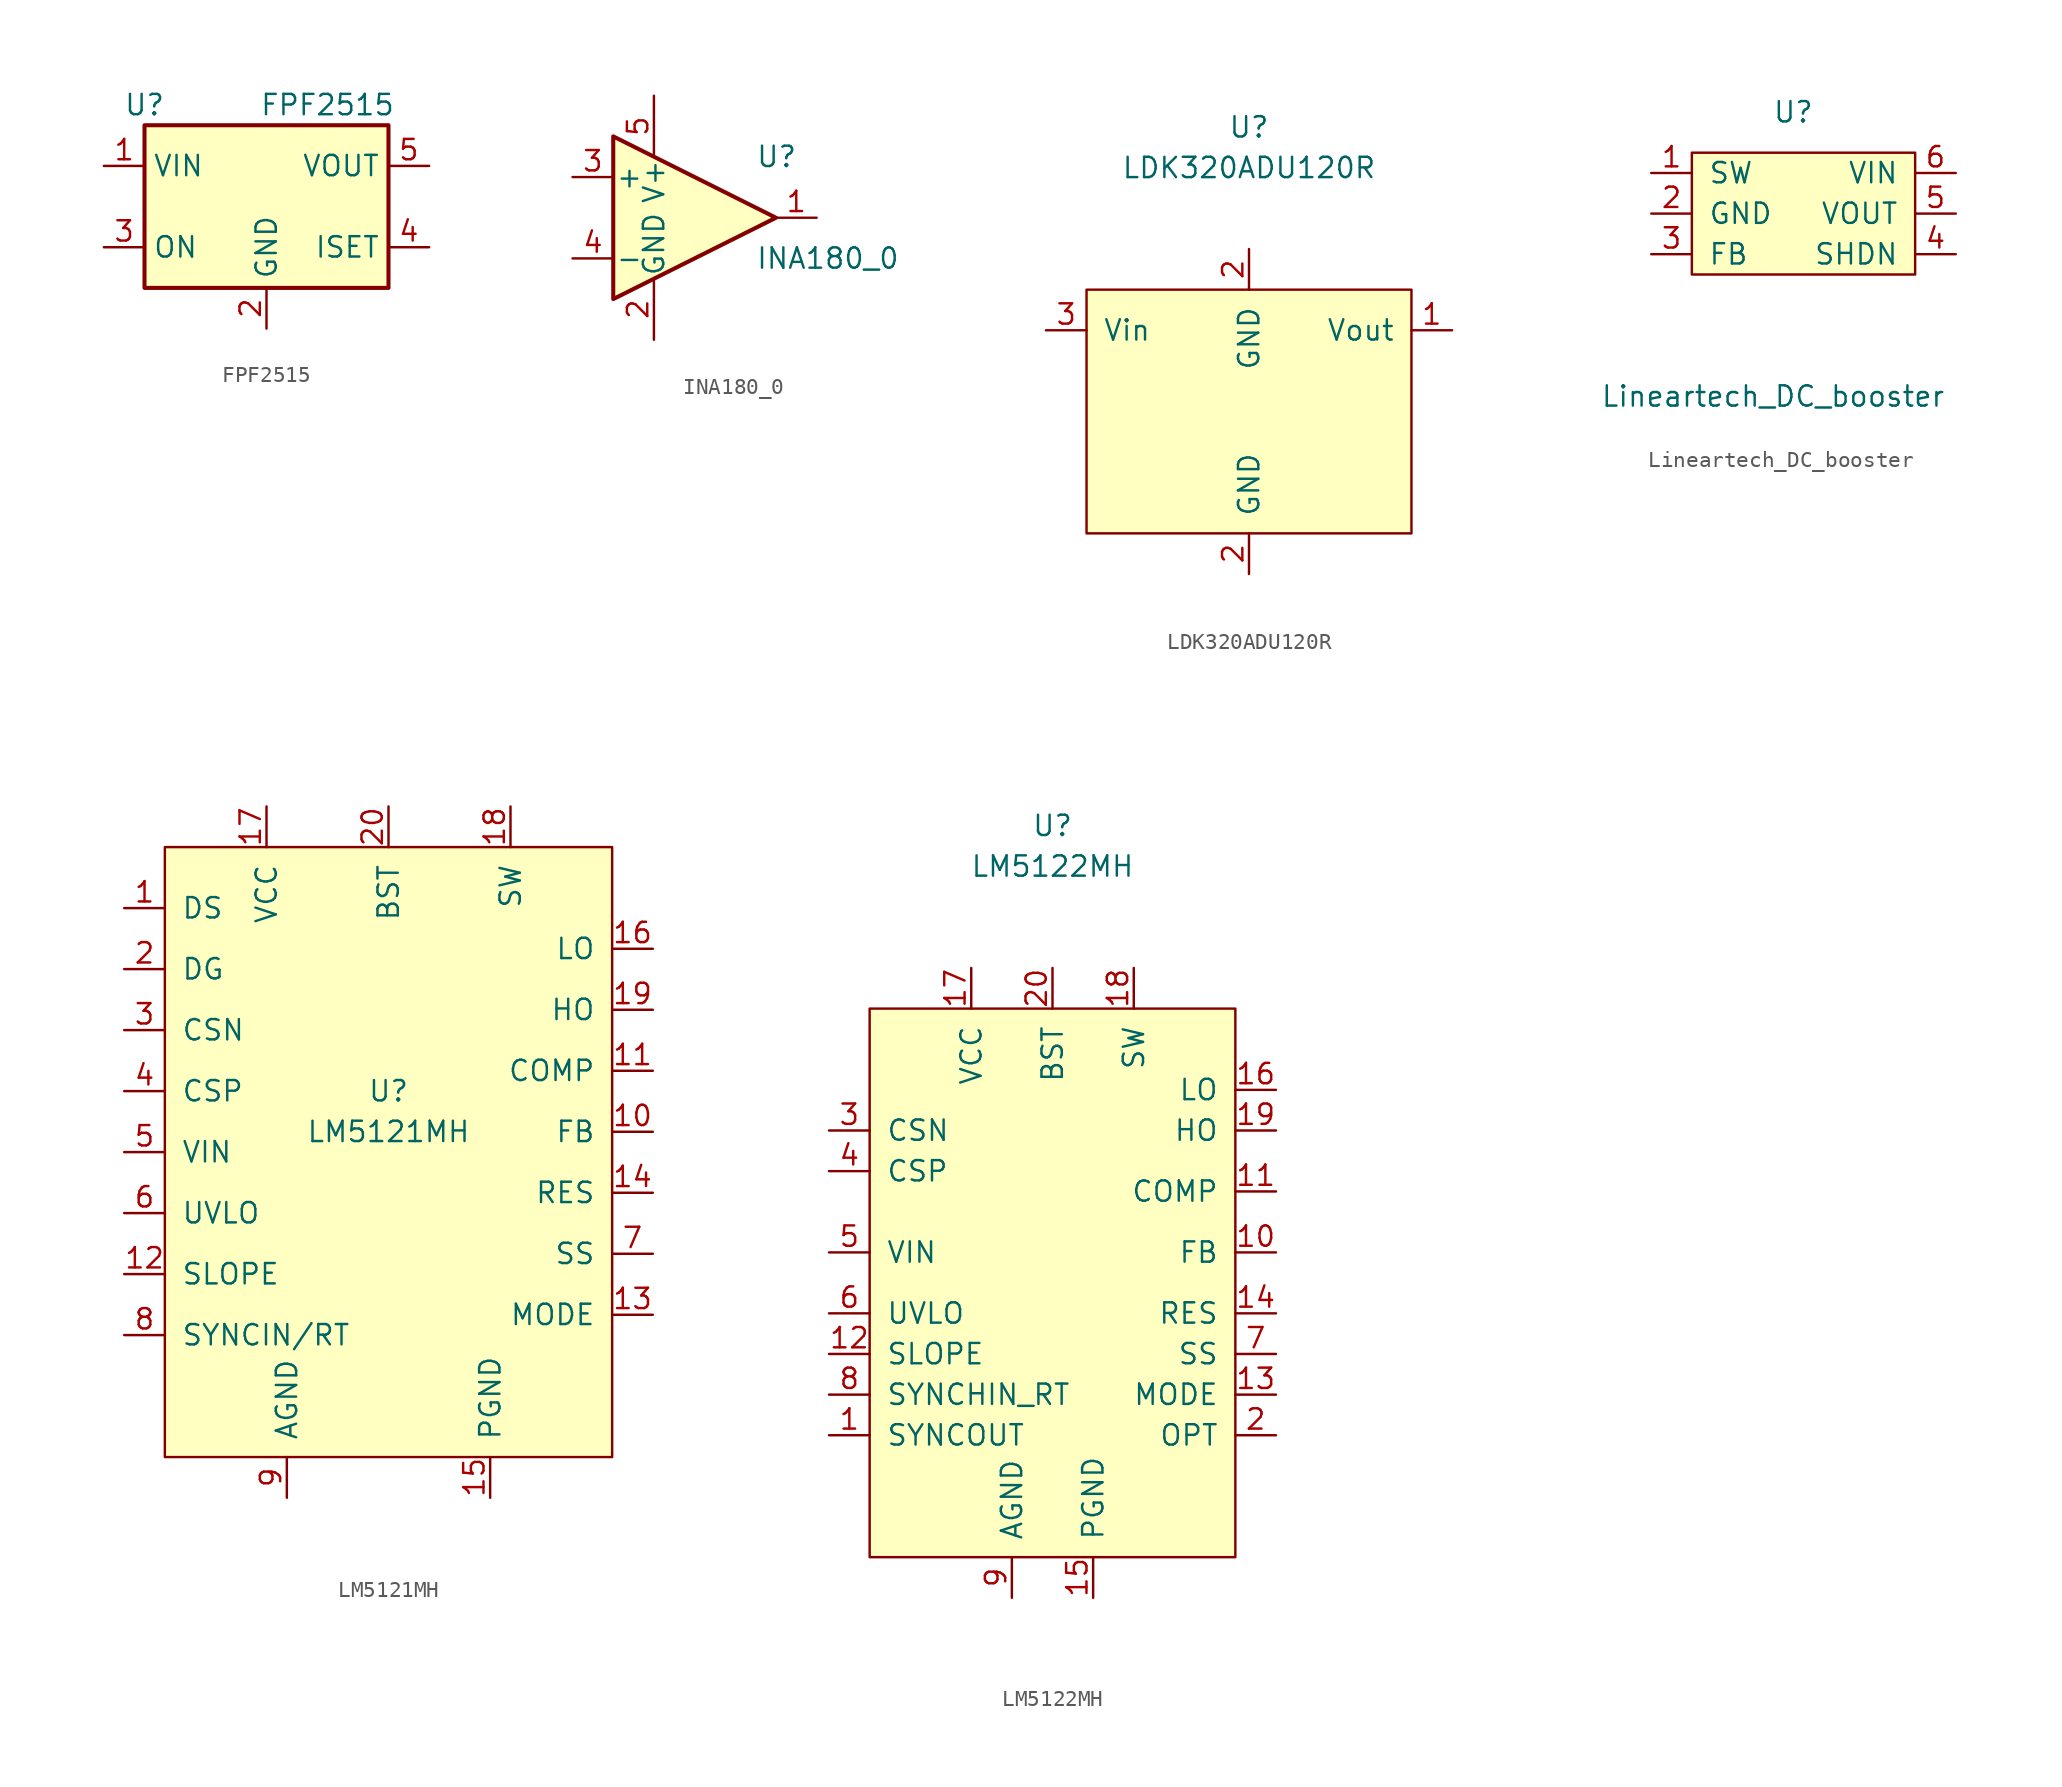
<source format=kicad_sym>
(kicad_symbol_lib
  (version 20211014)
  (generator kicad_symbol_editor)
  (symbol "FPF2515"
    (property "Reference" "U"
      (at -7.62 6.35 0)
      (effects (font (size 1.27 1.27))))
    (property "Value" "FPF2515"
      (at 3.81 6.35 0)
      (effects (font (size 1.27 1.27))))
    (symbol "FPF2515_0_1"
      (rectangle (start -7.62 5.08) (end 7.62 -5.08) (stroke (width 0.254) (type default) (color 0 0 0 0)) (fill (type background))))
    (symbol "FPF2515_1_1"
      (pin power_in line (at -10.16 2.54 0) (length 2.54) (name "VIN" (effects (font (size 1.27 1.27)))) (number "1" (effects (font (size 1.27 1.27)))))
      (pin power_in line (at 0 -7.62 90) (length 2.54) (name "GND" (effects (font (size 1.27 1.27)))) (number "2" (effects (font (size 1.27 1.27)))))
      (pin input line (at -10.16 -2.54 0) (length 2.54) (name "ON" (effects (font (size 1.27 1.27)))) (number "3" (effects (font (size 1.27 1.27)))))
      (pin open_collector line (at 10.16 -2.54 180) (length 2.54) (name "ISET" (effects (font (size 1.27 1.27)))) (number "4" (effects (font (size 1.27 1.27)))))
      (pin power_out line (at 10.16 2.54 180) (length 2.54) (name "VOUT" (effects (font (size 1.27 1.27)))) (number "5" (effects (font (size 1.27 1.27)))))))
  (symbol "INA180_0"
    (pin_names
      (offset 0.127))
    (property "Reference" "U"
      (at 3.81 3.81 0)
      (effects (font (size 1.27 1.27)) (justify left)))
    (property "Value" "INA180_0"
      (at 3.81 -2.54 0)
      (effects (font (size 1.27 1.27)) (justify left)))
    (symbol "INA180_0_0_1"
      (polyline (pts (xy 5.08 0) (xy -5.08 5.08) (xy -5.08 -5.08) (xy 5.08 0)) (stroke (width 0.254) (type default) (color 0 0 0 0)) (fill (type background))))
    (symbol "INA180_0_1_1"
      (pin output line (at 7.62 0 180) (length 2.54) (name "~" (effects (font (size 1.27 1.27)))) (number "1" (effects (font (size 1.27 1.27)))))
      (pin power_in line (at -2.54 -7.62 90) (length 3.81) (name "GND" (effects (font (size 1.27 1.27)))) (number "2" (effects (font (size 1.27 1.27)))))
      (pin input line (at -7.62 2.54 0) (length 2.54) (name "+" (effects (font (size 1.27 1.27)))) (number "3" (effects (font (size 1.27 1.27)))))
      (pin input line (at -7.62 -2.54 0) (length 2.54) (name "-" (effects (font (size 1.27 1.27)))) (number "4" (effects (font (size 1.27 1.27)))))
      (pin power_in line (at -2.54 7.62 270) (length 3.81) (name "V+" (effects (font (size 1.27 1.27)))) (number "5" (effects (font (size 1.27 1.27)))))))
  (symbol "LDK320ADU120R"
    (pin_names
      (offset 1.016))
    (property "Reference" "U"
      (at 0 20.32 0)
      (effects (font (size 1.27 1.27))))
    (property "Value" "LDK320ADU120R"
      (at 0 17.78 0)
      (effects (font (size 1.27 1.27))))
    (symbol "LDK320ADU120R_0_1"
      (rectangle (start -10.16 10.16) (end 10.16 -5.08) (stroke (width 0) (type default) (color 0 0 0 0)) (fill (type background))))
    (symbol "LDK320ADU120R_1_1"
      (pin input line (at 12.7 7.62 180) (length 2.54) (name "Vout" (effects (font (size 1.27 1.27)))) (number "1" (effects (font (size 1.27 1.27)))))
      (pin input line (at 0 -7.62 90) (length 2.54) (name "GND" (effects (font (size 1.27 1.27)))) (number "2" (effects (font (size 1.27 1.27)))))
      (pin input line (at 0 12.7 270) (length 2.54) (name "GND" (effects (font (size 1.27 1.27)))) (number "2" (effects (font (size 1.27 1.27)))))
      (pin input line (at -12.7 7.62 0) (length 2.54) (name "Vin" (effects (font (size 1.27 1.27)))) (number "3" (effects (font (size 1.27 1.27)))))))
  (symbol "Lineartech_DC_booster"
    (pin_names
      (offset 1.016))
    (property "Reference" "U"
      (at 0 11.43 0)
      (effects (font (size 1.27 1.27))))
    (property "Value" "Lineartech_DC_booster"
      (at -1.27 -6.35 0)
      (effects (font (size 1.27 1.27))))
    (symbol "Lineartech_DC_booster_0_1"
      (rectangle (start -6.35 8.89) (end 7.62 1.27) (stroke (width 0) (type default) (color 0 0 0 0)) (fill (type background))))
    (symbol "Lineartech_DC_booster_1_1"
      (pin input line (at -8.89 7.62 0) (length 2.54) (name "SW" (effects (font (size 1.27 1.27)))) (number "1" (effects (font (size 1.27 1.27)))))
      (pin input line (at -8.89 5.08 0) (length 2.54) (name "GND" (effects (font (size 1.27 1.27)))) (number "2" (effects (font (size 1.27 1.27)))))
      (pin input line (at -8.89 2.54 0) (length 2.54) (name "FB" (effects (font (size 1.27 1.27)))) (number "3" (effects (font (size 1.27 1.27)))))
      (pin input line (at 10.16 2.54 180) (length 2.54) (name "SHDN" (effects (font (size 1.27 1.27)))) (number "4" (effects (font (size 1.27 1.27)))))
      (pin input line (at 10.16 5.08 180) (length 2.54) (name "VOUT" (effects (font (size 1.27 1.27)))) (number "5" (effects (font (size 1.27 1.27)))))
      (pin input line (at 10.16 7.62 180) (length 2.54) (name "VIN" (effects (font (size 1.27 1.27)))) (number "6" (effects (font (size 1.27 1.27)))))))
  (symbol "LM5121MH"
    (pin_names
      (offset 1.016))
    (property "Reference" "U"
      (at 0 -6.35 0)
      (effects (font (size 1.27 1.27))))
    (property "Value" "LM5121MH"
      (at 0 -8.89 0)
      (effects (font (size 1.27 1.27))))
    (symbol "LM5121MH_0_1"
      (rectangle (start -13.97 8.89) (end 13.97 -29.21) (stroke (width 0) (type default) (color 0 0 0 0)) (fill (type background))))
    (symbol "LM5121MH_1_1"
      (pin input line (at -16.51 5.08 0) (length 2.54) (name "DS" (effects (font (size 1.27 1.27)))) (number "1" (effects (font (size 1.27 1.27)))))
      (pin input line (at 16.51 -8.89 180) (length 2.54) (name "FB" (effects (font (size 1.27 1.27)))) (number "10" (effects (font (size 1.27 1.27)))))
      (pin input line (at 16.51 -5.08 180) (length 2.54) (name "COMP" (effects (font (size 1.27 1.27)))) (number "11" (effects (font (size 1.27 1.27)))))
      (pin input line (at -16.51 -17.78 0) (length 2.54) (name "SLOPE" (effects (font (size 1.27 1.27)))) (number "12" (effects (font (size 1.27 1.27)))))
      (pin input line (at 16.51 -20.32 180) (length 2.54) (name "MODE" (effects (font (size 1.27 1.27)))) (number "13" (effects (font (size 1.27 1.27)))))
      (pin input line (at 16.51 -12.7 180) (length 2.54) (name "RES" (effects (font (size 1.27 1.27)))) (number "14" (effects (font (size 1.27 1.27)))))
      (pin input line (at 6.35 -31.75 90) (length 2.54) (name "PGND" (effects (font (size 1.27 1.27)))) (number "15" (effects (font (size 1.27 1.27)))))
      (pin input line (at 16.51 2.54 180) (length 2.54) (name "LO" (effects (font (size 1.27 1.27)))) (number "16" (effects (font (size 1.27 1.27)))))
      (pin input line (at -7.62 11.43 270) (length 2.54) (name "VCC" (effects (font (size 1.27 1.27)))) (number "17" (effects (font (size 1.27 1.27)))))
      (pin input line (at 7.62 11.43 270) (length 2.54) (name "SW" (effects (font (size 1.27 1.27)))) (number "18" (effects (font (size 1.27 1.27)))))
      (pin input line (at 16.51 -1.27 180) (length 2.54) (name "HO" (effects (font (size 1.27 1.27)))) (number "19" (effects (font (size 1.27 1.27)))))
      (pin input line (at -16.51 1.27 0) (length 2.54) (name "DG" (effects (font (size 1.27 1.27)))) (number "2" (effects (font (size 1.27 1.27)))))
      (pin input line (at 0 11.43 270) (length 2.54) (name "BST" (effects (font (size 1.27 1.27)))) (number "20" (effects (font (size 1.27 1.27)))))
      (pin input line (at -16.51 -2.54 0) (length 2.54) (name "CSN" (effects (font (size 1.27 1.27)))) (number "3" (effects (font (size 1.27 1.27)))))
      (pin input line (at -16.51 -6.35 0) (length 2.54) (name "CSP" (effects (font (size 1.27 1.27)))) (number "4" (effects (font (size 1.27 1.27)))))
      (pin input line (at -16.51 -10.16 0) (length 2.54) (name "VIN" (effects (font (size 1.27 1.27)))) (number "5" (effects (font (size 1.27 1.27)))))
      (pin input line (at -16.51 -13.97 0) (length 2.54) (name "UVLO" (effects (font (size 1.27 1.27)))) (number "6" (effects (font (size 1.27 1.27)))))
      (pin input line (at 16.51 -16.51 180) (length 2.54) (name "SS" (effects (font (size 1.27 1.27)))) (number "7" (effects (font (size 1.27 1.27)))))
      (pin input line (at -16.51 -21.59 0) (length 2.54) (name "SYNCIN/RT" (effects (font (size 1.27 1.27)))) (number "8" (effects (font (size 1.27 1.27)))))
      (pin input line (at -6.35 -31.75 90) (length 2.54) (name "AGND" (effects (font (size 1.27 1.27)))) (number "9" (effects (font (size 1.27 1.27)))))))
  (symbol "LM5122MH"
    (pin_names
      (offset 1.016))
    (property "Reference" "U"
      (at 0 17.78 0)
      (effects (font (size 1.27 1.27))))
    (property "Value" "LM5122MH"
      (at 0 15.24 0)
      (effects (font (size 1.27 1.27))))
    (symbol "LM5122MH_0_1"
      (rectangle (start -11.43 6.35) (end 11.43 -27.94) (stroke (width 0) (type default) (color 0 0 0 0)) (fill (type background))))
    (symbol "LM5122MH_1_1"
      (pin input line (at -13.97 -20.32 0) (length 2.54) (name "SYNCOUT" (effects (font (size 1.27 1.27)))) (number "1" (effects (font (size 1.27 1.27)))))
      (pin input line (at 13.97 -8.89 180) (length 2.54) (name "FB" (effects (font (size 1.27 1.27)))) (number "10" (effects (font (size 1.27 1.27)))))
      (pin input line (at 13.97 -5.08 180) (length 2.54) (name "COMP" (effects (font (size 1.27 1.27)))) (number "11" (effects (font (size 1.27 1.27)))))
      (pin input line (at -13.97 -15.24 0) (length 2.54) (name "SLOPE" (effects (font (size 1.27 1.27)))) (number "12" (effects (font (size 1.27 1.27)))))
      (pin input line (at 13.97 -17.78 180) (length 2.54) (name "MODE" (effects (font (size 1.27 1.27)))) (number "13" (effects (font (size 1.27 1.27)))))
      (pin input line (at 13.97 -12.7 180) (length 2.54) (name "RES" (effects (font (size 1.27 1.27)))) (number "14" (effects (font (size 1.27 1.27)))))
      (pin input line (at 2.54 -30.48 90) (length 2.54) (name "PGND" (effects (font (size 1.27 1.27)))) (number "15" (effects (font (size 1.27 1.27)))))
      (pin input line (at 13.97 1.27 180) (length 2.54) (name "LO" (effects (font (size 1.27 1.27)))) (number "16" (effects (font (size 1.27 1.27)))))
      (pin input line (at -5.08 8.89 270) (length 2.54) (name "VCC" (effects (font (size 1.27 1.27)))) (number "17" (effects (font (size 1.27 1.27)))))
      (pin input line (at 5.08 8.89 270) (length 2.54) (name "SW" (effects (font (size 1.27 1.27)))) (number "18" (effects (font (size 1.27 1.27)))))
      (pin input line (at 13.97 -1.27 180) (length 2.54) (name "HO" (effects (font (size 1.27 1.27)))) (number "19" (effects (font (size 1.27 1.27)))))
      (pin input line (at 13.97 -20.32 180) (length 2.54) (name "OPT" (effects (font (size 1.27 1.27)))) (number "2" (effects (font (size 1.27 1.27)))))
      (pin input line (at 0 8.89 270) (length 2.54) (name "BST" (effects (font (size 1.27 1.27)))) (number "20" (effects (font (size 1.27 1.27)))))
      (pin input line (at -13.97 -1.27 0) (length 2.54) (name "CSN" (effects (font (size 1.27 1.27)))) (number "3" (effects (font (size 1.27 1.27)))))
      (pin input line (at -13.97 -3.81 0) (length 2.54) (name "CSP" (effects (font (size 1.27 1.27)))) (number "4" (effects (font (size 1.27 1.27)))))
      (pin input line (at -13.97 -8.89 0) (length 2.54) (name "VIN" (effects (font (size 1.27 1.27)))) (number "5" (effects (font (size 1.27 1.27)))))
      (pin input line (at -13.97 -12.7 0) (length 2.54) (name "UVLO" (effects (font (size 1.27 1.27)))) (number "6" (effects (font (size 1.27 1.27)))))
      (pin input line (at 13.97 -15.24 180) (length 2.54) (name "SS" (effects (font (size 1.27 1.27)))) (number "7" (effects (font (size 1.27 1.27)))))
      (pin input line (at -13.97 -17.78 0) (length 2.54) (name "SYNCHIN_RT" (effects (font (size 1.27 1.27)))) (number "8" (effects (font (size 1.27 1.27)))))
      (pin input line (at -2.54 -30.48 90) (length 2.54) (name "AGND" (effects (font (size 1.27 1.27)))) (number "9" (effects (font (size 1.27 1.27))))))))
</source>
